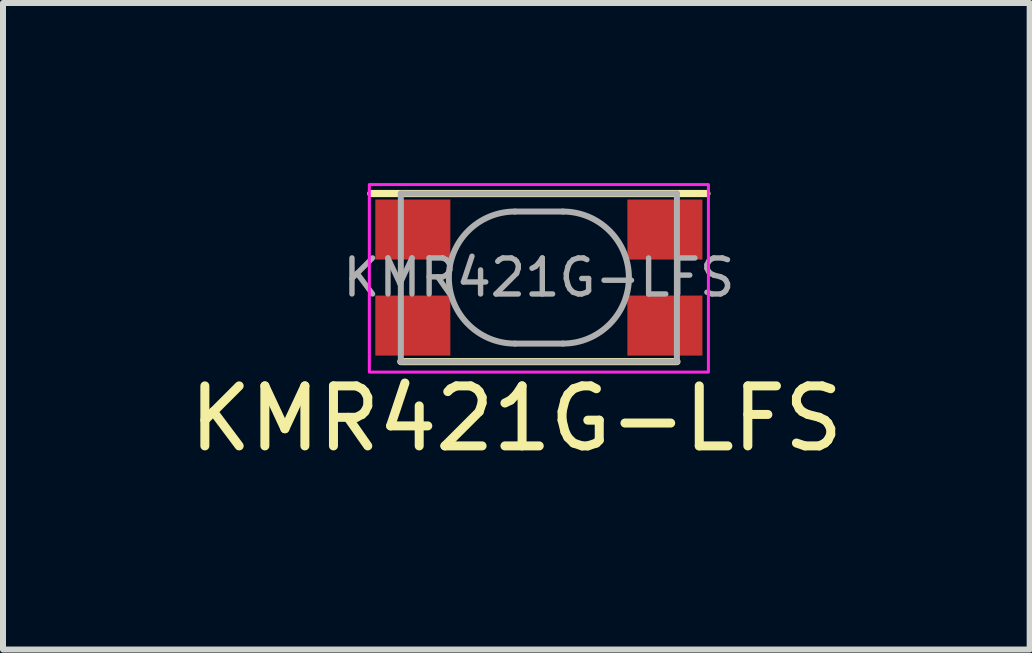
<source format=kicad_pcb>
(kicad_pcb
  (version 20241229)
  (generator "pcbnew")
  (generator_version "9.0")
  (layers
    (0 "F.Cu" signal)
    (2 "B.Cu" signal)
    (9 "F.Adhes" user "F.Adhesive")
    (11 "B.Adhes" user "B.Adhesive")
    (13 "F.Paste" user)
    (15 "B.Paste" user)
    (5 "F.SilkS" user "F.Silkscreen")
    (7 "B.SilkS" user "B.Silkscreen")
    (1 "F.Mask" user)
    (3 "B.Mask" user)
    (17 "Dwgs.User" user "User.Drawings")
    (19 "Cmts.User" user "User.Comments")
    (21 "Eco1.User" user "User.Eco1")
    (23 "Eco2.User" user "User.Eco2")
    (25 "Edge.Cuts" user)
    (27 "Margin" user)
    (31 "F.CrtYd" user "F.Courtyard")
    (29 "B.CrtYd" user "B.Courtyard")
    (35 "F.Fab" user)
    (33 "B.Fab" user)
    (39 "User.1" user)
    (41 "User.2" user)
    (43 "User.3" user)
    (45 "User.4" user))
  (footprint "KMR421G-LFS"
    (layer "F.Cu")
    (at 5.929 1.575)
    (property "Reference" "KMR421G-LFS" (at -0.375 2.35 0) (layer "F.SilkS") (effects (font (size 1 1) (thickness 0.15))))
    (attr smd)
    (fp_line (start -2.3 -1.4) (end -2.8 -1.4) (stroke (width 0.12) (type solid)) (layer "F.SilkS"))
    (fp_line (start -2.3 -1.4) (end 2.3 -1.4) (stroke (width 0.12) (type solid)) (layer "F.SilkS"))
    (fp_line (start 2.3 1.4) (end -2.3 1.4) (stroke (width 0.12) (type solid)) (layer "F.SilkS"))
    (fp_line (start 2.8 -1.4) (end 2.3 -1.4) (stroke (width 0.12) (type solid)) (layer "F.SilkS"))
    (fp_rect (start -2.825 -1.55) (end 2.825 1.575) (stroke (width 0.05) (type solid)) (fill no) (layer "F.CrtYd"))
    (fp_line (start -2.3 -1.4) (end -2.3 1.4) (stroke (width 0.1) (type solid)) (layer "F.Fab"))
    (fp_line (start -2.3 -1.4) (end 2.3 -1.4) (stroke (width 0.1) (type solid)) (layer "F.Fab"))
    (fp_line (start -2.3 1.4) (end 2.3 1.4) (stroke (width 0.1) (type solid)) (layer "F.Fab"))
    (fp_line (start -0.4 -1.1) (end 0.4 -1.1) (stroke (width 0.1) (type solid)) (layer "F.Fab"))
    (fp_line (start 0.4 1.1) (end -0.4 1.1) (stroke (width 0.1) (type solid)) (layer "F.Fab"))
    (fp_line (start 2.3 -1.4) (end 2.3 1.4) (stroke (width 0.1) (type solid)) (layer "F.Fab"))
    (fp_arc (start -0.4 1.1) (mid -1.5 0) (end -0.4 -1.1) (stroke (width 0.1) (type solid)) (layer "F.Fab"))
    (fp_arc (start 0.4 -1.1) (mid 1.5 0) (end 0.4 1.1) (stroke (width 0.1) (type solid)) (layer "F.Fab"))
    (fp_text user "${REFERENCE}" (at 0 0 0) (layer "F.Fab") (effects (font (size 0.6 0.6) (thickness 0.09))))
    (pad "1" smd rect (at -2.1 -0.8) (size 1.25 1) (layers "F.Cu" "F.Mask" "F.Paste"))
    (pad "1" smd rect (at 2.1 -0.8) (size 1.25 1) (layers "F.Cu" "F.Mask" "F.Paste"))
    (pad "2" smd rect (at -2.1 0.8) (size 1.25 1) (layers "F.Cu" "F.Mask" "F.Paste"))
    (pad "2" smd rect (at 2.1 0.8) (size 1.25 1) (layers "F.Cu" "F.Mask" "F.Paste")))
  (gr_rect
    (start -3 -3)
    (end 14.107 7.773)
    (stroke (width 0.1) (type default))
    (fill no)
    (layer "Edge.Cuts")))
</source>
